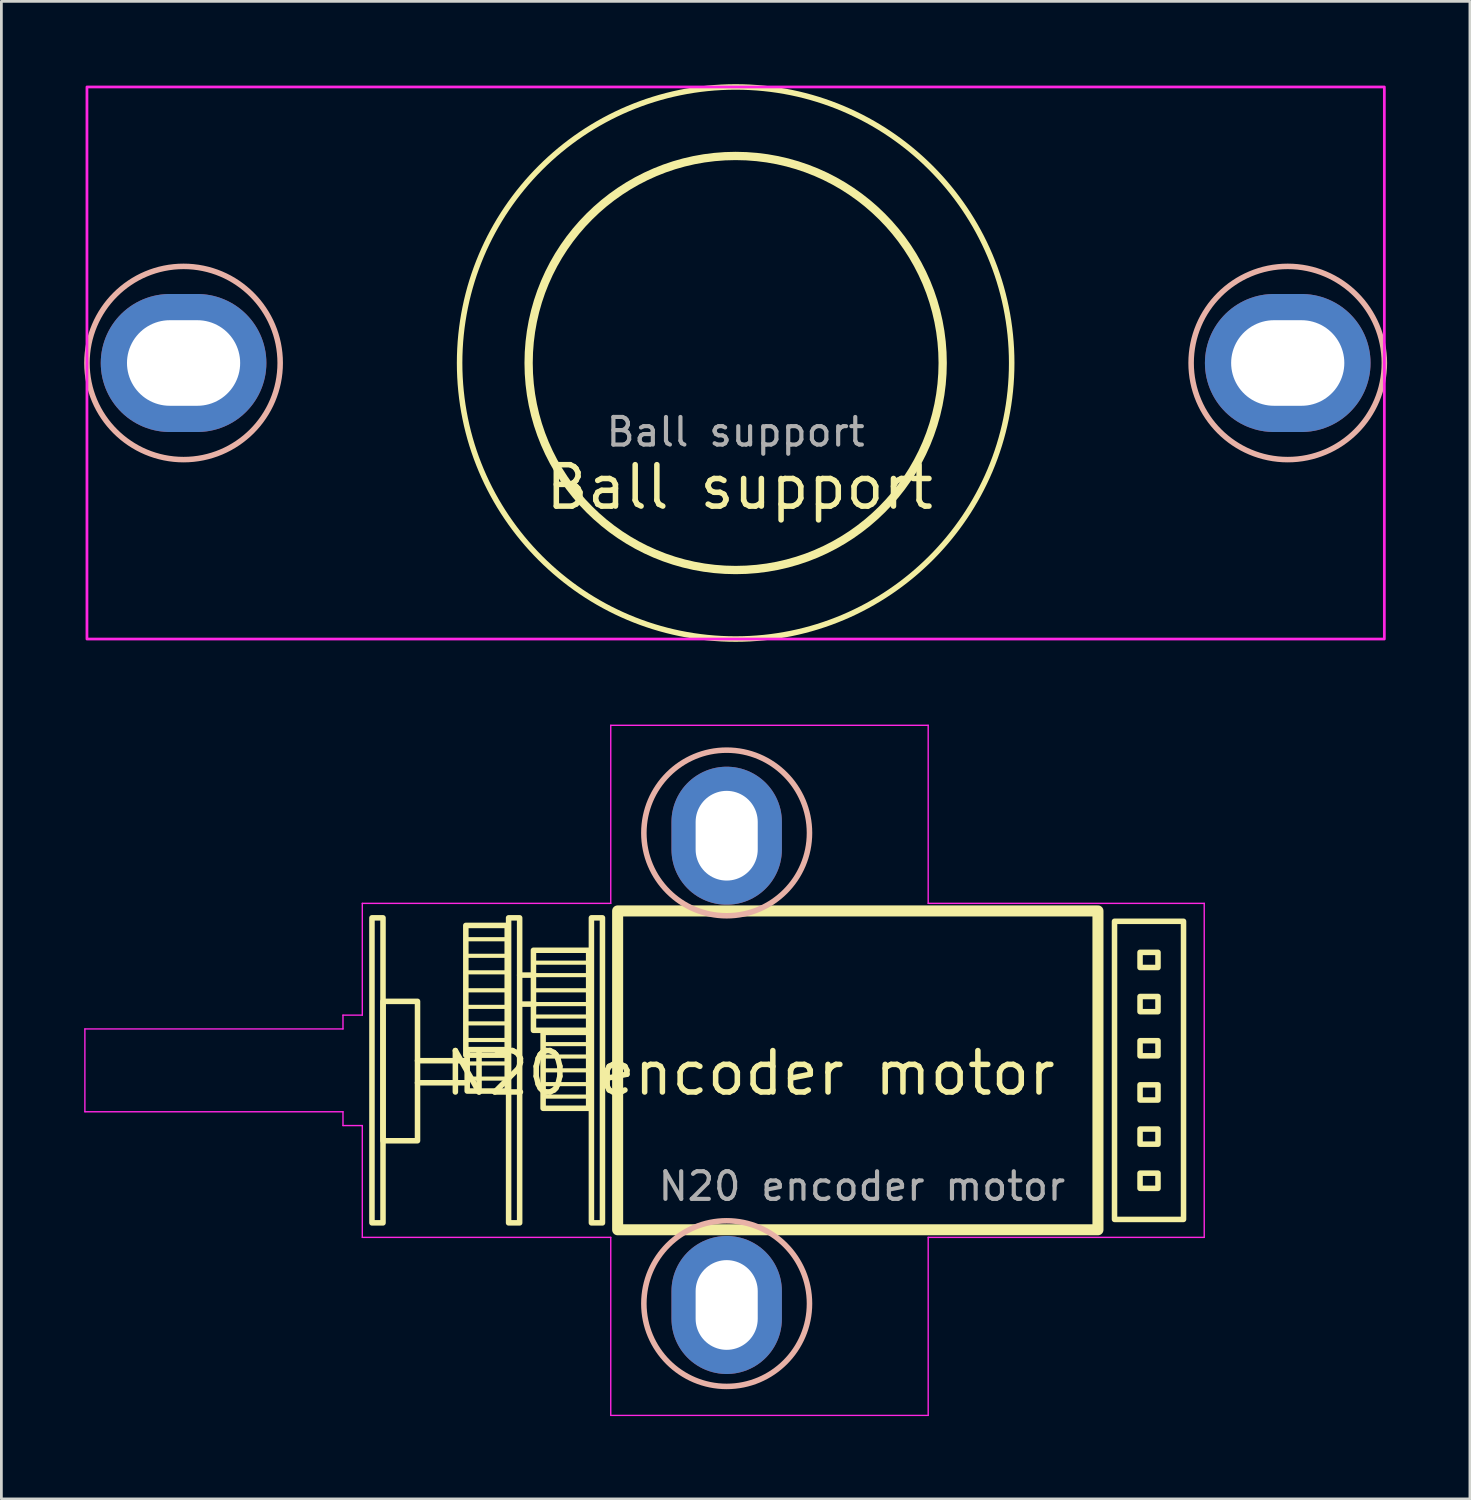
<source format=kicad_pcb>
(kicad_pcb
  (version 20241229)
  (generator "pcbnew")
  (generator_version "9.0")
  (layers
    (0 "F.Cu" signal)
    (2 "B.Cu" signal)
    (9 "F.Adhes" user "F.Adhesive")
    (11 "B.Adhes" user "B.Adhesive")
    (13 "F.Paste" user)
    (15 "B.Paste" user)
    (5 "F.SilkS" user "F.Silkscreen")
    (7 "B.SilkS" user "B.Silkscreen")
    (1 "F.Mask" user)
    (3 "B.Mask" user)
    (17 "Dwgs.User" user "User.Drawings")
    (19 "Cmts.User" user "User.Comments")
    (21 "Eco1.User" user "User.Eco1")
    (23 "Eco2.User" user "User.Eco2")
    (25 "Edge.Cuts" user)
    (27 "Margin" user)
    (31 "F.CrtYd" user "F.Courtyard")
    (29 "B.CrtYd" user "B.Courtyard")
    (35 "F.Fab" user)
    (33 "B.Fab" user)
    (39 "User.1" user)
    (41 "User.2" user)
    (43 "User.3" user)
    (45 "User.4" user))
  (footprint "N20 encoder motor"
    (layer "F.Cu")
    (at 24.125 35.725)
    (property "Reference" "N20 encoder motor" (at 0 0.1 0) (unlocked yes) (layer "F.SilkS") (effects (font (size 1.5 1.5) (thickness 0.2))))
    (fp_line (start -10.3 -4.75) (end -8.8 -4.75) (stroke (width 0.15) (type default)) (layer "F.SilkS"))
    (fp_line (start -10.3 -4.15) (end -8.75 -4.15) (stroke (width 0.15) (type default)) (layer "F.SilkS"))
    (fp_line (start -10.3 -3.55) (end -8.8 -3.55) (stroke (width 0.15) (type default)) (layer "F.SilkS"))
    (fp_line (start -10.3 -2.3) (end -8.8 -2.3) (stroke (width 0.15) (type default)) (layer "F.SilkS"))
    (fp_line (start -10.3 -1.7) (end -8.75 -1.7) (stroke (width 0.15) (type default)) (layer "F.SilkS"))
    (fp_line (start -10.3 -1.1) (end -8.8 -1.1) (stroke (width 0.15) (type default)) (layer "F.SilkS"))
    (fp_line (start -10.25 -0.35) (end -12.05 -0.35) (stroke (width 0.2) (type default)) (layer "F.SilkS"))
    (fp_line (start -10.25 0.3) (end -8.8 0.3) (stroke (width 0.15) (type default)) (layer "F.SilkS"))
    (fp_line (start -10.25 0.45) (end -12.05 0.45) (stroke (width 0.2) (type default)) (layer "F.SilkS"))
    (fp_line (start -8.8 -2.9) (end -10.3 -2.9) (stroke (width 0.15) (type default)) (layer "F.SilkS"))
    (fp_line (start -8.75 -0.25) (end -10.2 -0.25) (stroke (width 0.15) (type default)) (layer "F.SilkS"))
    (fp_line (start -7.85 -3.45) (end -8.35 -3.45) (stroke (width 0.2) (type default)) (layer "F.SilkS"))
    (fp_line (start -7.85 -3.45) (end -5.85 -3.45) (stroke (width 0.15) (type default)) (layer "F.SilkS"))
    (fp_line (start -7.85 -2.9) (end -5.85 -2.9) (stroke (width 0.15) (type default)) (layer "F.SilkS"))
    (fp_line (start -7.85 -1.95) (end -5.85 -1.95) (stroke (width 0.15) (type default)) (layer "F.SilkS"))
    (fp_line (start -7.8 -3.9) (end -5.85 -3.9) (stroke (width 0.15) (type default)) (layer "F.SilkS"))
    (fp_line (start -7.8 -2.4) (end -8.3 -2.4) (stroke (width 0.2) (type default)) (layer "F.SilkS"))
    (fp_line (start -7.8 -2.4) (end -5.85 -2.4) (stroke (width 0.15) (type default)) (layer "F.SilkS"))
    (fp_line (start -7.5 -0.95) (end -5.85 -0.95) (stroke (width 0.15) (type default)) (layer "F.SilkS"))
    (fp_line (start -7.5 -0.5) (end -5.8 -0.5) (stroke (width 0.15) (type default)) (layer "F.SilkS"))
    (fp_line (start -7.5 0) (end -5.85 0) (stroke (width 0.15) (type default)) (layer "F.SilkS"))
    (fp_line (start -7.5 0.5) (end -5.85 0.5) (stroke (width 0.15) (type default)) (layer "F.SilkS"))
    (fp_line (start -7.5 0.95) (end -5.8 0.95) (stroke (width 0.15) (type default)) (layer "F.SilkS"))
    (fp_rect (start -13.7 -5.525) (end -13.3 5.525) (stroke (width 0.2) (type default)) (fill no) (layer "F.SilkS"))
    (fp_rect (start -13.3 -2.5) (end -12.05 2.55) (stroke (width 0.2) (type default)) (fill no) (layer "F.SilkS"))
    (fp_rect (start -10.25 -0.75) (end -8.8 0.75) (stroke (width 0.2) (type default)) (fill no) (layer "F.SilkS"))
    (fp_rect (start -8.8 -5.25) (end -10.3 -0.55) (stroke (width 0.2) (type default)) (fill no) (layer "F.SilkS"))
    (fp_rect (start -8.75 -5.525) (end -8.35 5.525) (stroke (width 0.2) (type default)) (fill no) (layer "F.SilkS"))
    (fp_rect (start -7.85 -4.35) (end -5.85 -1.45) (stroke (width 0.2) (type default)) (fill no) (layer "F.SilkS"))
    (fp_rect (start -7.5 -1.375) (end -5.85 1.375) (stroke (width 0.2) (type default)) (fill no) (layer "F.SilkS"))
    (fp_rect (start -5.75 -5.525) (end -5.35 5.525) (stroke (width 0.2) (type default)) (fill no) (layer "F.SilkS"))
    (fp_rect (start 12.6 -5.775) (end -4.8 5.775) (stroke (width 0.4) (type default)) (fill no) (layer "F.SilkS"))
    (fp_rect (start 14.775 -4.275) (end 14.125 -3.725) (stroke (width 0.2) (type default)) (fill no) (layer "F.SilkS"))
    (fp_rect (start 14.775 -2.675) (end 14.125 -2.125) (stroke (width 0.2) (type default)) (fill no) (layer "F.SilkS"))
    (fp_rect (start 14.775 -1.075) (end 14.125 -0.525) (stroke (width 0.2) (type default)) (fill no) (layer "F.SilkS"))
    (fp_rect (start 14.775 0.525) (end 14.125 1.075) (stroke (width 0.2) (type default)) (fill no) (layer "F.SilkS"))
    (fp_rect (start 14.775 2.125) (end 14.125 2.675) (stroke (width 0.2) (type default)) (fill no) (layer "F.SilkS"))
    (fp_rect (start 14.775 3.725) (end 14.125 4.275) (stroke (width 0.2) (type default)) (fill no) (layer "F.SilkS"))
    (fp_rect (start 15.7 -5.4) (end 13.2 5.4) (stroke (width 0.2) (type default)) (fill no) (layer "F.SilkS"))
    (fp_circle (center -0.85 -8.6) (end 2.15 -8.6) (stroke (width 0.2) (type default)) (fill no) (layer "B.SilkS"))
    (fp_circle (center -0.85 8.45) (end 2.15 8.45) (stroke (width 0.2) (type default)) (fill no) (layer "B.SilkS"))
    (fp_line (start -24.1 -1.5) (end -14.75 -1.5) (stroke (width 0.05) (type default)) (layer "F.CrtYd"))
    (fp_line (start -24.1 1.5) (end -24.1 -1.5) (stroke (width 0.05) (type default)) (layer "F.CrtYd"))
    (fp_line (start -14.75 -2) (end -14.05 -2) (stroke (width 0.05) (type default)) (layer "F.CrtYd"))
    (fp_line (start -14.75 -1.5) (end -14.75 -2) (stroke (width 0.05) (type default)) (layer "F.CrtYd"))
    (fp_line (start -14.75 1.5) (end -24.1 1.5) (stroke (width 0.05) (type default)) (layer "F.CrtYd"))
    (fp_line (start -14.75 2) (end -14.75 1.5) (stroke (width 0.05) (type default)) (layer "F.CrtYd"))
    (fp_line (start -14.05 -6.05) (end -5.05 -6.05) (stroke (width 0.05) (type default)) (layer "F.CrtYd"))
    (fp_line (start -14.05 -2) (end -14.05 -6.05) (stroke (width 0.05) (type default)) (layer "F.CrtYd"))
    (fp_line (start -14.05 2) (end -14.75 2) (stroke (width 0.05) (type default)) (layer "F.CrtYd"))
    (fp_line (start -14.05 6.05) (end -14.05 2) (stroke (width 0.05) (type default)) (layer "F.CrtYd"))
    (fp_line (start -5.05 -12.5) (end 6.45 -12.5) (stroke (width 0.05) (type default)) (layer "F.CrtYd"))
    (fp_line (start -5.05 -6.05) (end -5.05 -12.5) (stroke (width 0.05) (type default)) (layer "F.CrtYd"))
    (fp_line (start -5.05 6.05) (end -14.05 6.05) (stroke (width 0.05) (type default)) (layer "F.CrtYd"))
    (fp_line (start -5.05 12.5) (end -5.05 6.05) (stroke (width 0.05) (type default)) (layer "F.CrtYd"))
    (fp_line (start 6.45 -12.5) (end 6.45 -6.05) (stroke (width 0.05) (type default)) (layer "F.CrtYd"))
    (fp_line (start 6.45 -6.05) (end 16.45 -6.05) (stroke (width 0.05) (type default)) (layer "F.CrtYd"))
    (fp_line (start 6.45 6.05) (end 6.45 12.5) (stroke (width 0.05) (type default)) (layer "F.CrtYd"))
    (fp_line (start 6.45 12.5) (end -5.05 12.5) (stroke (width 0.05) (type default)) (layer "F.CrtYd"))
    (fp_line (start 16.45 -6.05) (end 16.45 6.05) (stroke (width 0.05) (type default)) (layer "F.CrtYd"))
    (fp_line (start 16.45 6.05) (end 6.45 6.05) (stroke (width 0.05) (type default)) (layer "F.CrtYd"))
    (fp_text user "${REFERENCE}" (at 4.05 4.2 0) (unlocked yes) (layer "F.Fab") (effects (font (size 1 1) (thickness 0.15))))
    (pad "M1" thru_hole oval (at -0.85 -8.5) (size 4 5) (drill oval 2.25 3.25) (layers "*.Cu" "*.Mask"))
    (pad "M2" thru_hole oval (at -0.85 8.5) (size 4 5) (drill oval 2.25 3.25) (layers "*.Cu" "*.Mask")))
  (footprint "Ball support"
    (layer "F.Cu")
    (at 23.6 10.1)
    (property "Reference" "Ball support" (at 0.146 4.5 0) (unlocked yes) (layer "F.SilkS") (effects (font (size 1.5 1.5) (thickness 0.2))))
    (fp_circle (center 0 0) (end 7.5 0) (stroke (width 0.3) (type default)) (fill no) (layer "F.SilkS"))
    (fp_circle (center 0 0) (end 10 0) (stroke (width 0.2) (type default)) (fill no) (layer "F.SilkS"))
    (fp_circle (center -20 0) (end -16.5 0) (stroke (width 0.2) (type default)) (fill no) (layer "B.SilkS"))
    (fp_circle (center 20 0) (end 23.5 0) (stroke (width 0.2) (type default)) (fill no) (layer "B.SilkS"))
    (fp_rect (start -23.5 -10) (end 23.5 10) (stroke (width 0.1) (type default)) (fill no) (layer "F.CrtYd"))
    (fp_text user "${REFERENCE}" (at 0 2.5 0) (unlocked yes) (layer "F.Fab") (effects (font (size 1 1) (thickness 0.15))))
    (pad "M1" thru_hole oval (at -20 0) (size 6 5) (drill oval 4.1 3.1) (layers "*.Cu" "*.Mask"))
    (pad "M2" thru_hole oval (at 20 0) (size 6 5) (drill oval 4.1 3.1) (layers "*.Cu" "*.Mask")))
  (gr_rect
    (start -3 -3)
    (end 50.2 51.25)
    (stroke (width 0.1) (type default))
    (fill no)
    (layer "Edge.Cuts")))
</source>
